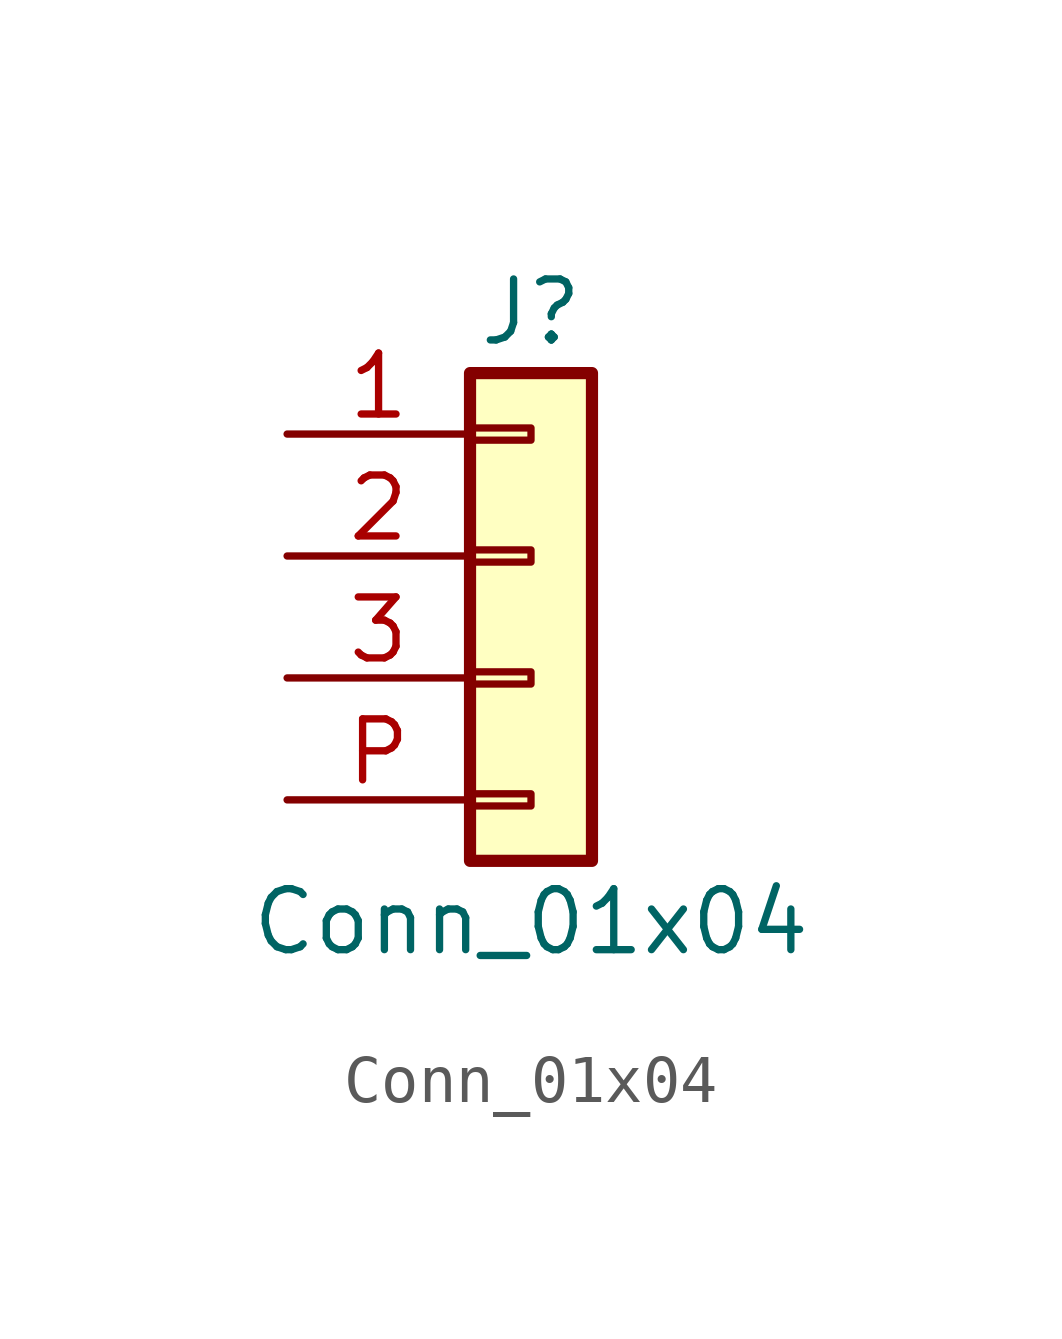
<source format=kicad_sym>
(kicad_symbol_lib
  (version 20241209)
  (generator "kicad_symbol_editor")
  (generator_version "9.0")
  (symbol "Conn_01x04"
    (pin_names
      (offset 1.016)
      (hide yes))
    (property "Reference" "J"
      (at 0 5.08 0)
      (effects (font (size 1.27 1.27))))
    (property "Value" "Conn_01x04"
      (at 0 -7.62 0)
      (effects (font (size 1.27 1.27))))
    (symbol "Conn_01x04_1_1"
      (rectangle (start -1.27 3.81) (end 1.27 -6.35) (stroke (width 0.254) (type default)) (fill (type background)))
      (rectangle (start -1.27 2.667) (end 0 2.413) (stroke (width 0.152) (type default)) (fill (type none)))
      (rectangle (start -1.27 0.127) (end 0 -0.127) (stroke (width 0.152) (type default)) (fill (type none)))
      (rectangle (start -1.27 -2.413) (end 0 -2.667) (stroke (width 0.152) (type default)) (fill (type none)))
      (rectangle (start -1.27 -4.953) (end 0 -5.207) (stroke (width 0.152) (type default)) (fill (type none)))
      (pin passive line (at -5.08 2.54 0) (length 3.81) (name "Pin_1" (effects (font (size 1.27 1.27)))) (number "1" (effects (font (size 1.27 1.27)))))
      (pin passive line (at -5.08 0 0) (length 3.81) (name "Pin_2" (effects (font (size 1.27 1.27)))) (number "2" (effects (font (size 1.27 1.27)))))
      (pin passive line (at -5.08 -2.54 0) (length 3.81) (name "Pin_3" (effects (font (size 1.27 1.27)))) (number "3" (effects (font (size 1.27 1.27)))))
      (pin passive line (at -5.08 -5.08 0) (length 3.81) (name "Pin_4" (effects (font (size 1.27 1.27)))) (number "P" (effects (font (size 1.27 1.27))))))))
</source>
